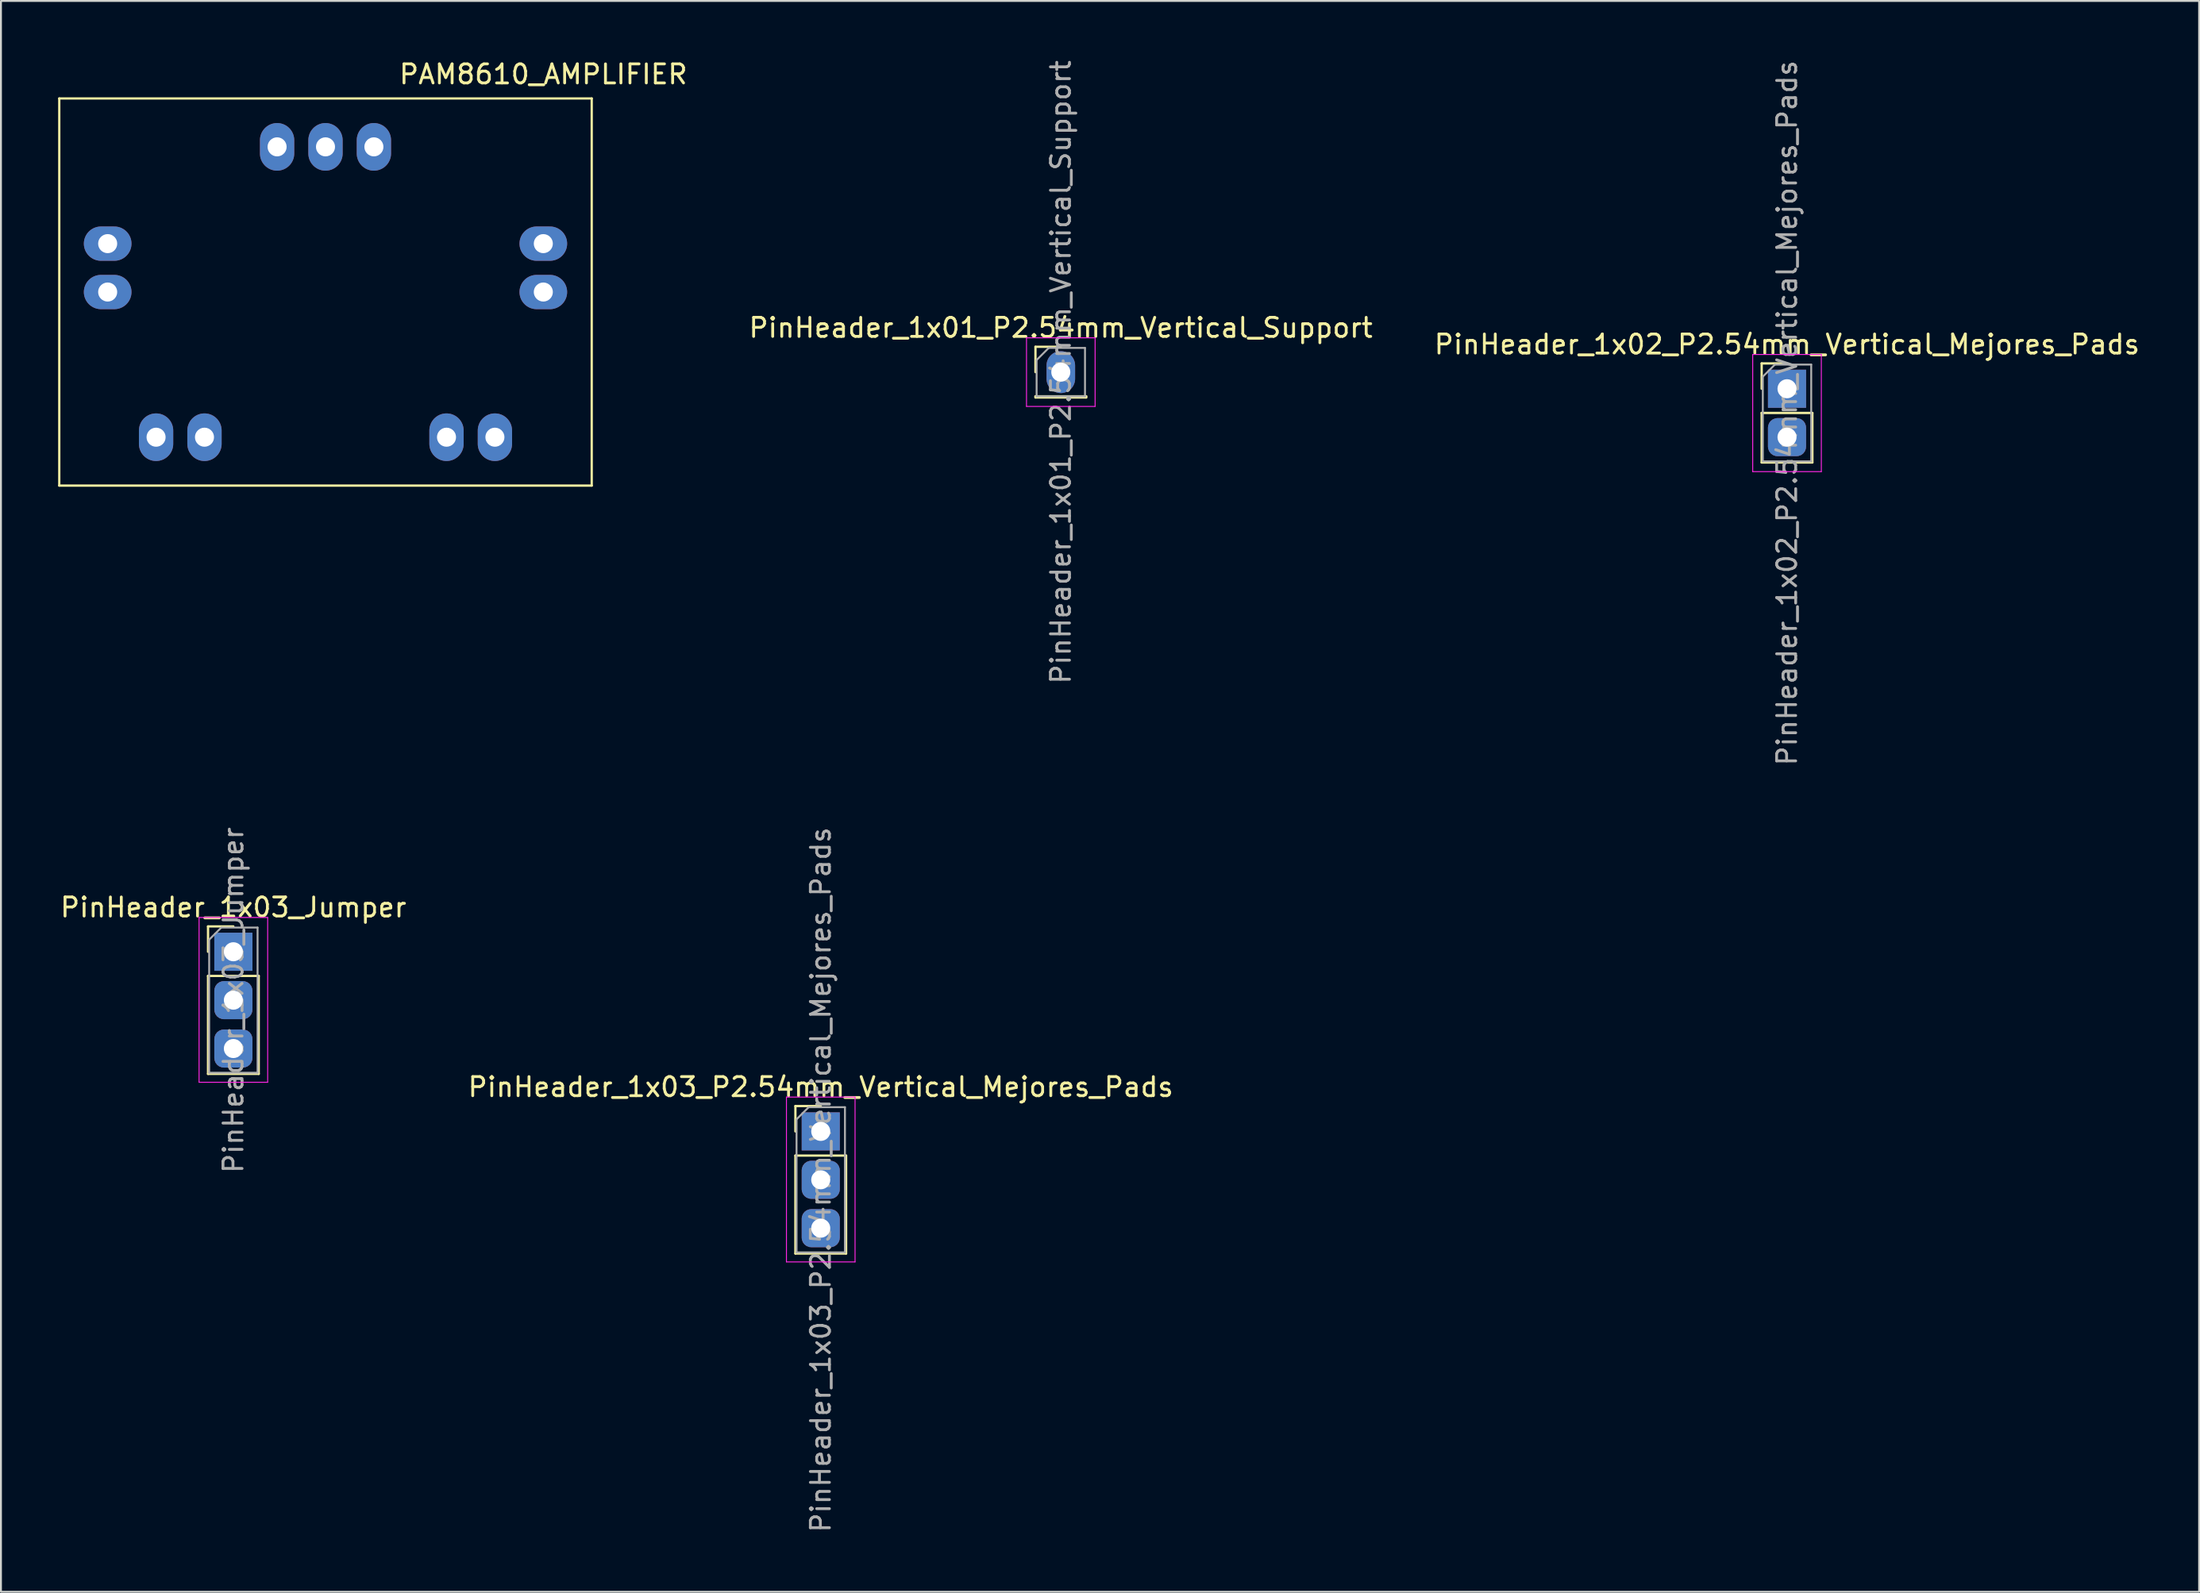
<source format=kicad_pcb>
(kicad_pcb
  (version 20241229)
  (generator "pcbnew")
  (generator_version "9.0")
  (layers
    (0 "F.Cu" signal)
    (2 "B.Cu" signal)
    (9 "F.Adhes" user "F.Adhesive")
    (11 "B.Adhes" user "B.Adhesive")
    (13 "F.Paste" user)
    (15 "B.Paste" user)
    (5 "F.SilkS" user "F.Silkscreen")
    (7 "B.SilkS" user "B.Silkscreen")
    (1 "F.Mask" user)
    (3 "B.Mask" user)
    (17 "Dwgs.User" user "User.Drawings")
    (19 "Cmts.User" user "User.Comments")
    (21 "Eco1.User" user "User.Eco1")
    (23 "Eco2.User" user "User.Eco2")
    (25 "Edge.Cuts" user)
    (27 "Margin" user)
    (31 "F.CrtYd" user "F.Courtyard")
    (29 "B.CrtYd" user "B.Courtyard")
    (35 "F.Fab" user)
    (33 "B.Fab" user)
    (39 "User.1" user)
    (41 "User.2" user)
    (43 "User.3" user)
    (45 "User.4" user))
  (footprint "PinHeader_1x01_P2.54mm_Vertical_Support"
    (layer "F.Cu")
    (at 52.615 16.482)
    (property "Reference" "PinHeader_1x01_P2.54mm_Vertical_Support" (at 0 -2.33 0) (layer "F.SilkS") (effects (font (size 1 1) (thickness 0.15))))
    (attr through_hole)
    (fp_line (start -1.33 -1.33) (end 0 -1.33) (stroke (width 0.12) (type solid)) (layer "F.SilkS"))
    (fp_line (start -1.33 0) (end -1.33 -1.33) (stroke (width 0.12) (type solid)) (layer "F.SilkS"))
    (fp_line (start -1.33 1.27) (end -1.33 1.33) (stroke (width 0.12) (type solid)) (layer "F.SilkS"))
    (fp_line (start -1.33 1.27) (end 1.33 1.27) (stroke (width 0.12) (type solid)) (layer "F.SilkS"))
    (fp_line (start -1.33 1.33) (end 1.33 1.33) (stroke (width 0.12) (type solid)) (layer "F.SilkS"))
    (fp_line (start 1.33 1.27) (end 1.33 1.33) (stroke (width 0.12) (type solid)) (layer "F.SilkS"))
    (fp_line (start -1.8 -1.8) (end -1.8 1.8) (stroke (width 0.05) (type solid)) (layer "F.CrtYd"))
    (fp_line (start -1.8 1.8) (end 1.8 1.8) (stroke (width 0.05) (type solid)) (layer "F.CrtYd"))
    (fp_line (start 1.8 -1.8) (end -1.8 -1.8) (stroke (width 0.05) (type solid)) (layer "F.CrtYd"))
    (fp_line (start 1.8 1.8) (end 1.8 -1.8) (stroke (width 0.05) (type solid)) (layer "F.CrtYd"))
    (fp_line (start -1.27 -0.635) (end -0.635 -1.27) (stroke (width 0.1) (type solid)) (layer "F.Fab"))
    (fp_line (start -1.27 1.27) (end -1.27 -0.635) (stroke (width 0.1) (type solid)) (layer "F.Fab"))
    (fp_line (start -0.635 -1.27) (end 1.27 -1.27) (stroke (width 0.1) (type solid)) (layer "F.Fab"))
    (fp_line (start 1.27 -1.27) (end 1.27 1.27) (stroke (width 0.1) (type solid)) (layer "F.Fab"))
    (fp_line (start 1.27 1.27) (end -1.27 1.27) (stroke (width 0.1) (type solid)) (layer "F.Fab"))
    (fp_text user "${REFERENCE}" (at 0 0 90) (layer "F.Fab") (effects (font (size 1 1) (thickness 0.15))))
    (pad "1" thru_hole oval (at 0 0) (size 1.5 2.2) (drill 1) (layers "*.Cu" "*.Mask")))
  (footprint "PinHeader_1x03_P2.54mm_Vertical_Mejores_Pads"
    (layer "F.Cu")
    (at 40.018 56.335)
    (property "Reference" "PinHeader_1x03_P2.54mm_Vertical_Mejores_Pads" (at 0 -2.33 0) (layer "F.SilkS") (effects (font (size 1 1) (thickness 0.15))))
    (attr through_hole)
    (fp_line (start -1.33 -1.33) (end 0 -1.33) (stroke (width 0.12) (type solid)) (layer "F.SilkS"))
    (fp_line (start -1.33 0) (end -1.33 -1.33) (stroke (width 0.12) (type solid)) (layer "F.SilkS"))
    (fp_line (start -1.33 1.27) (end -1.33 6.41) (stroke (width 0.12) (type solid)) (layer "F.SilkS"))
    (fp_line (start -1.33 1.27) (end 1.33 1.27) (stroke (width 0.12) (type solid)) (layer "F.SilkS"))
    (fp_line (start -1.33 6.41) (end 1.33 6.41) (stroke (width 0.12) (type solid)) (layer "F.SilkS"))
    (fp_line (start 1.33 1.27) (end 1.33 6.41) (stroke (width 0.12) (type solid)) (layer "F.SilkS"))
    (fp_line (start -1.8 -1.8) (end -1.8 6.85) (stroke (width 0.05) (type solid)) (layer "F.CrtYd"))
    (fp_line (start -1.8 6.85) (end 1.8 6.85) (stroke (width 0.05) (type solid)) (layer "F.CrtYd"))
    (fp_line (start 1.8 -1.8) (end -1.8 -1.8) (stroke (width 0.05) (type solid)) (layer "F.CrtYd"))
    (fp_line (start 1.8 6.85) (end 1.8 -1.8) (stroke (width 0.05) (type solid)) (layer "F.CrtYd"))
    (fp_line (start -1.27 -0.635) (end -0.635 -1.27) (stroke (width 0.1) (type solid)) (layer "F.Fab"))
    (fp_line (start -1.27 6.35) (end -1.27 -0.635) (stroke (width 0.1) (type solid)) (layer "F.Fab"))
    (fp_line (start -0.635 -1.27) (end 1.27 -1.27) (stroke (width 0.1) (type solid)) (layer "F.Fab"))
    (fp_line (start 1.27 -1.27) (end 1.27 6.35) (stroke (width 0.1) (type solid)) (layer "F.Fab"))
    (fp_line (start 1.27 6.35) (end -1.27 6.35) (stroke (width 0.1) (type solid)) (layer "F.Fab"))
    (fp_text user "${REFERENCE}" (at 0 2.54 90) (layer "F.Fab") (effects (font (size 1 1) (thickness 0.15))))
    (pad "1" thru_hole rect (at 0 0) (size 2 2) (drill 1) (layers "*.Cu" "*.Mask"))
    (pad "2" thru_hole roundrect (at 0 2.54) (size 2 2) (drill 1) (layers "*.Cu" "*.Mask") (roundrect_rratio 0.25))
    (pad "3" thru_hole roundrect (at 0 5.08) (size 2 2) (drill 1) (layers "*.Cu" "*.Mask") (roundrect_rratio 0.25)))
  (footprint "PAM8610_AMPLIFIER"
    (layer "F.Cu")
    (at 14.03 11.008)
    (property "Reference" "PAM8610_AMPLIFIER" (at 11.43 -10.16 0) (layer "F.SilkS") (effects (font (size 1 1) (thickness 0.15))))
    (attr through_hole)
    (fp_line (start -13.97 -8.89) (end -13.97 11.43) (stroke (width 0.12) (type solid)) (layer "F.SilkS"))
    (fp_line (start 13.97 -8.89) (end -13.97 -8.89) (stroke (width 0.12) (type solid)) (layer "F.SilkS"))
    (fp_line (start 13.97 -8.89) (end 13.97 11.43) (stroke (width 0.12) (type solid)) (layer "F.SilkS"))
    (fp_line (start 13.97 11.43) (end -13.97 11.43) (stroke (width 0.12) (type solid)) (layer "F.SilkS"))
    (pad "1" thru_hole oval (at -8.89 8.89 180) (size 1.8 2.5) (drill 1) (layers "*.Cu" "*.Mask"))
    (pad "2" thru_hole oval (at -6.35 8.89 180) (size 1.8 2.5) (drill 1) (layers "*.Cu" "*.Mask"))
    (pad "3" thru_hole oval (at 2.54 -6.35) (size 1.8 2.5) (drill 1) (layers "*.Cu" "*.Mask"))
    (pad "4" thru_hole oval (at 0 -6.35) (size 1.8 2.5) (drill 1) (layers "*.Cu" "*.Mask"))
    (pad "5" thru_hole oval (at -2.54 -6.35) (size 1.8 2.5) (drill 1) (layers "*.Cu" "*.Mask"))
    (pad "6" thru_hole oval (at 8.89 8.89) (size 1.8 2.5) (drill 1) (layers "*.Cu" "*.Mask"))
    (pad "7" thru_hole oval (at 6.35 8.89 180) (size 1.8 2.5) (drill 1) (layers "*.Cu" "*.Mask"))
    (pad "8" thru_hole oval (at 11.43 -1.27 90) (size 1.8 2.5) (drill 1) (layers "*.Cu" "*.Mask"))
    (pad "9" thru_hole oval (at 11.43 1.27 270) (size 1.8 2.5) (drill 1) (layers "*.Cu" "*.Mask"))
    (pad "10" thru_hole oval (at -11.43 -1.27 90) (size 1.8 2.5) (drill 1) (layers "*.Cu" "*.Mask"))
    (pad "11" thru_hole oval (at -11.43 1.27 270) (size 1.8 2.5) (drill 1) (layers "*.Cu" "*.Mask")))
  (footprint "PinHeader_1x02_P2.54mm_Vertical_Mejores_Pads"
    (layer "F.Cu")
    (at 90.722 17.355)
    (property "Reference" "PinHeader_1x02_P2.54mm_Vertical_Mejores_Pads" (at 0 -2.33 0) (layer "F.SilkS") (effects (font (size 1 1) (thickness 0.15))))
    (attr through_hole)
    (fp_line (start -1.33 -1.33) (end 0 -1.33) (stroke (width 0.12) (type solid)) (layer "F.SilkS"))
    (fp_line (start -1.33 0) (end -1.33 -1.33) (stroke (width 0.12) (type solid)) (layer "F.SilkS"))
    (fp_line (start -1.33 1.27) (end -1.33 3.87) (stroke (width 0.12) (type solid)) (layer "F.SilkS"))
    (fp_line (start -1.33 1.27) (end 1.33 1.27) (stroke (width 0.12) (type solid)) (layer "F.SilkS"))
    (fp_line (start -1.33 3.87) (end 1.33 3.87) (stroke (width 0.12) (type solid)) (layer "F.SilkS"))
    (fp_line (start 1.33 1.27) (end 1.33 3.87) (stroke (width 0.12) (type solid)) (layer "F.SilkS"))
    (fp_line (start -1.8 -1.8) (end -1.8 4.35) (stroke (width 0.05) (type solid)) (layer "F.CrtYd"))
    (fp_line (start -1.8 4.35) (end 1.8 4.35) (stroke (width 0.05) (type solid)) (layer "F.CrtYd"))
    (fp_line (start 1.8 -1.8) (end -1.8 -1.8) (stroke (width 0.05) (type solid)) (layer "F.CrtYd"))
    (fp_line (start 1.8 4.35) (end 1.8 -1.8) (stroke (width 0.05) (type solid)) (layer "F.CrtYd"))
    (fp_line (start -1.27 -0.635) (end -0.635 -1.27) (stroke (width 0.1) (type solid)) (layer "F.Fab"))
    (fp_line (start -1.27 3.81) (end -1.27 -0.635) (stroke (width 0.1) (type solid)) (layer "F.Fab"))
    (fp_line (start -0.635 -1.27) (end 1.27 -1.27) (stroke (width 0.1) (type solid)) (layer "F.Fab"))
    (fp_line (start 1.27 -1.27) (end 1.27 3.81) (stroke (width 0.1) (type solid)) (layer "F.Fab"))
    (fp_line (start 1.27 3.81) (end -1.27 3.81) (stroke (width 0.1) (type solid)) (layer "F.Fab"))
    (fp_text user "${REFERENCE}" (at 0 1.27 90) (layer "F.Fab") (effects (font (size 1 1) (thickness 0.15))))
    (pad "1" thru_hole rect (at 0 0) (size 2 2) (drill 1) (layers "*.Cu" "*.Mask"))
    (pad "2" thru_hole roundrect (at 0 2.54) (size 2 2) (drill 1) (layers "*.Cu" "*.Mask") (roundrect_rratio 0.25)))
  (footprint "PinHeader_1x03_Jumper"
    (layer "F.Cu")
    (at 9.196 46.906)
    (property "Reference" "PinHeader_1x03_Jumper" (at 0 -2.33 0) (layer "F.SilkS") (effects (font (size 1 1) (thickness 0.15))))
    (attr through_hole)
    (fp_line (start -1.33 -1.33) (end 0 -1.33) (stroke (width 0.12) (type solid)) (layer "F.SilkS"))
    (fp_line (start -1.33 0) (end -1.33 -1.33) (stroke (width 0.12) (type solid)) (layer "F.SilkS"))
    (fp_line (start -1.33 1.27) (end -1.33 6.41) (stroke (width 0.12) (type solid)) (layer "F.SilkS"))
    (fp_line (start -1.33 1.27) (end 1.33 1.27) (stroke (width 0.12) (type solid)) (layer "F.SilkS"))
    (fp_line (start -1.33 6.41) (end 1.33 6.41) (stroke (width 0.12) (type solid)) (layer "F.SilkS"))
    (fp_line (start 1.33 1.27) (end 1.33 6.41) (stroke (width 0.12) (type solid)) (layer "F.SilkS"))
    (fp_line (start -1.8 -1.8) (end -1.8 6.85) (stroke (width 0.05) (type solid)) (layer "F.CrtYd"))
    (fp_line (start -1.8 6.85) (end 1.8 6.85) (stroke (width 0.05) (type solid)) (layer "F.CrtYd"))
    (fp_line (start 1.8 -1.8) (end -1.8 -1.8) (stroke (width 0.05) (type solid)) (layer "F.CrtYd"))
    (fp_line (start 1.8 6.85) (end 1.8 -1.8) (stroke (width 0.05) (type solid)) (layer "F.CrtYd"))
    (fp_line (start -1.27 -0.635) (end -0.635 -1.27) (stroke (width 0.1) (type solid)) (layer "F.Fab"))
    (fp_line (start -1.27 6.35) (end -1.27 -0.635) (stroke (width 0.1) (type solid)) (layer "F.Fab"))
    (fp_line (start -0.635 -1.27) (end 1.27 -1.27) (stroke (width 0.1) (type solid)) (layer "F.Fab"))
    (fp_line (start 1.27 -1.27) (end 1.27 6.35) (stroke (width 0.1) (type solid)) (layer "F.Fab"))
    (fp_line (start 1.27 6.35) (end -1.27 6.35) (stroke (width 0.1) (type solid)) (layer "F.Fab"))
    (fp_text user "${REFERENCE}" (at 0 2.54 90) (layer "F.Fab") (effects (font (size 1 1) (thickness 0.15))))
    (pad "1" thru_hole rect (at 0 0) (size 2 2) (drill 1) (layers "*.Cu" "*.Mask"))
    (pad "2" thru_hole roundrect (at 0 2.54) (size 2 2) (drill 1) (layers "*.Cu" "*.Mask") (roundrect_rratio 0.25))
    (pad "3" thru_hole roundrect (at 0 5.08) (size 2 2) (drill 1) (layers "*.Cu" "*.Mask") (roundrect_rratio 0.25)))
  (gr_rect
    (start -3 -3)
    (end 112.347 80.5)
    (stroke (width 0.1) (type default))
    (fill no)
    (layer "Edge.Cuts")))
</source>
